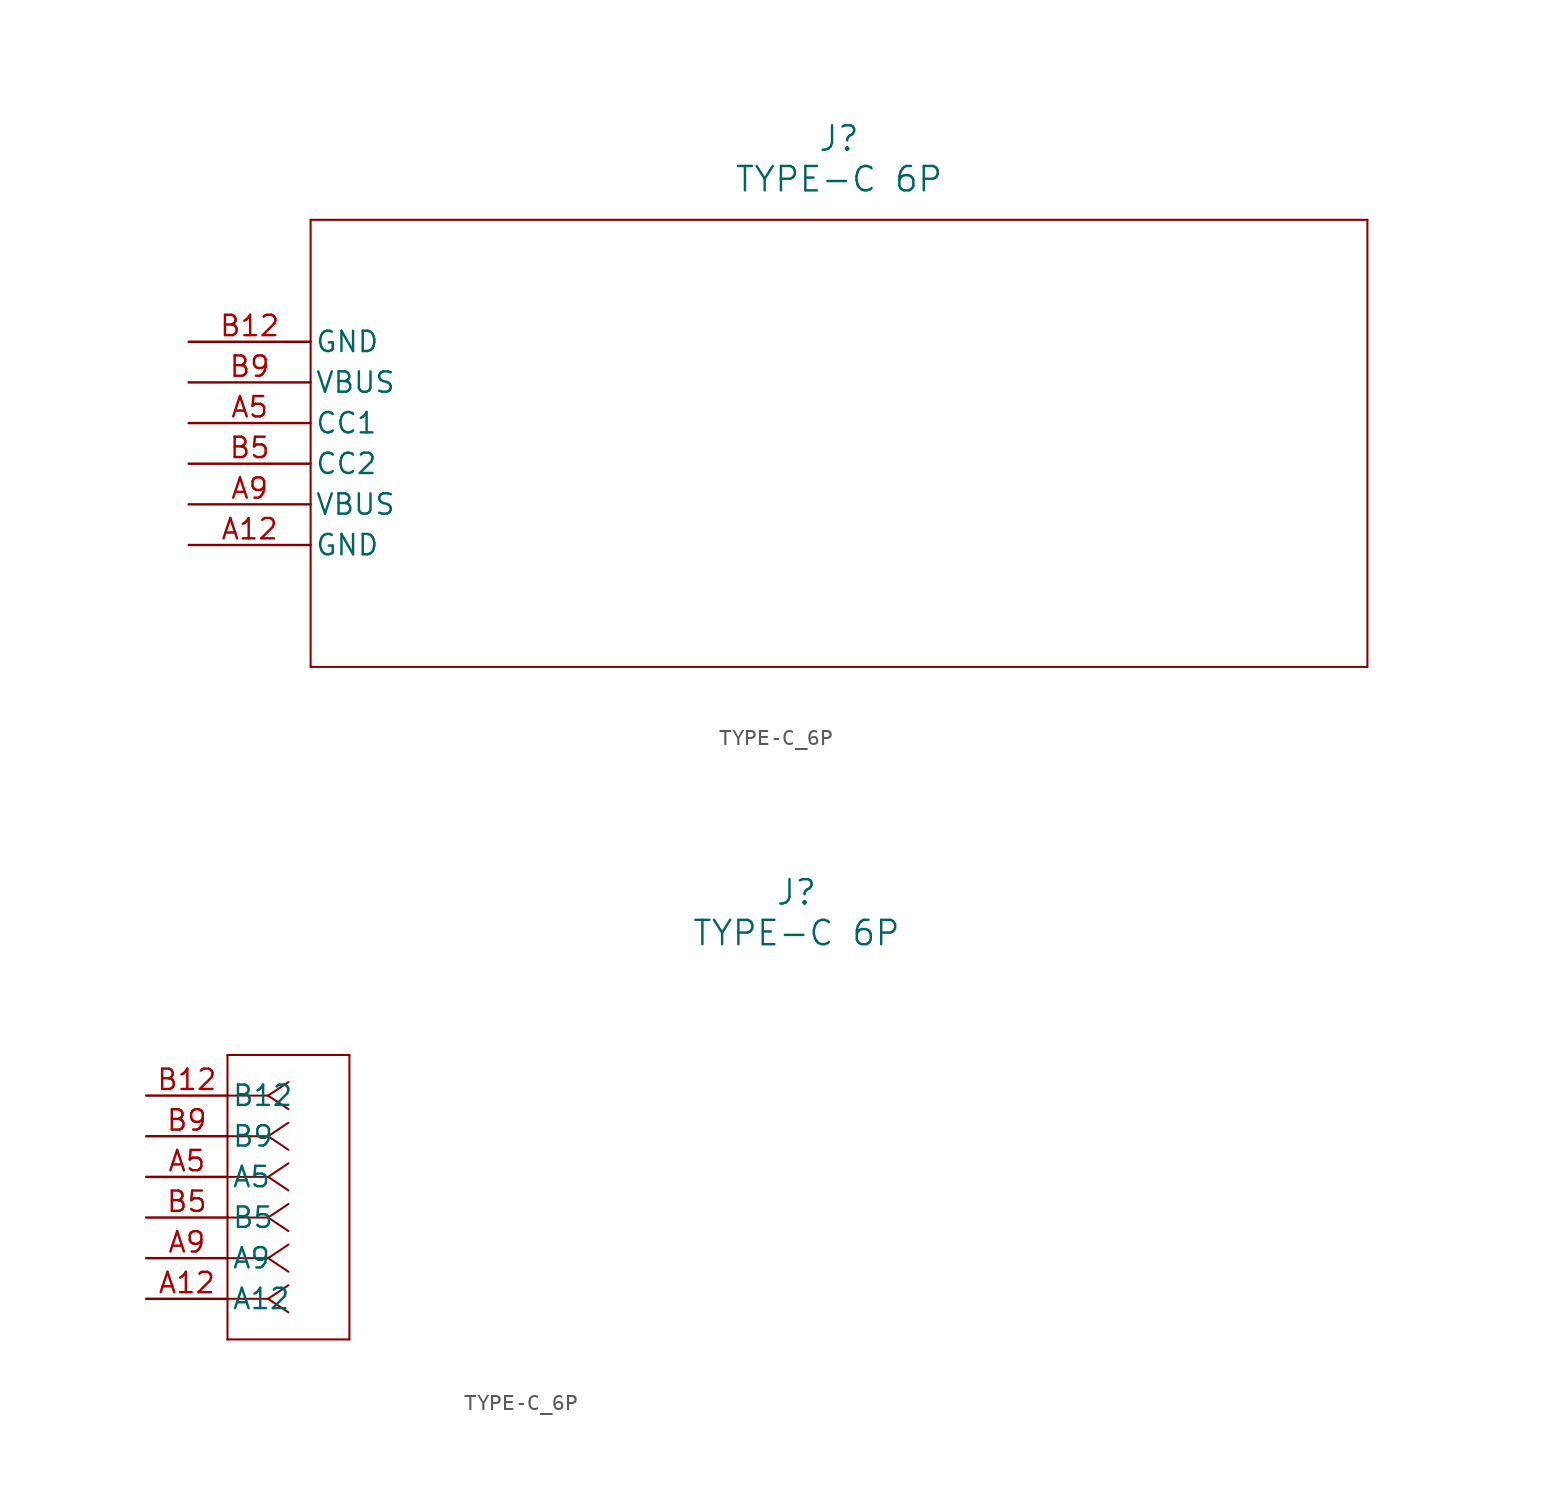
<source format=kicad_sym>
(kicad_symbol_lib
  (version 20211014)
  (generator kicad_symbol_editor)
  (symbol "TYPE-C_6P"
    (pin_names
      (offset 0.254))
    (property "Reference" "J"
      (at 40.64 12.7 0)
      (effects (font (size 1.524 1.524))))
    (property "Value" "TYPE-C 6P"
      (at 40.64 10.16 0)
      (effects (font (size 1.524 1.524))))
    (symbol "TYPE-C_6P_1_1"
      (polyline (pts (xy 7.62 7.62) (xy 7.62 -20.32)) (stroke (width 0.127) (type default) (color 0 0 0 0)) (fill (type none)))
      (polyline (pts (xy 7.62 -20.32) (xy 73.66 -20.32)) (stroke (width 0.127) (type default) (color 0 0 0 0)) (fill (type none)))
      (polyline (pts (xy 73.66 -20.32) (xy 73.66 7.62)) (stroke (width 0.127) (type default) (color 0 0 0 0)) (fill (type none)))
      (polyline (pts (xy 73.66 7.62) (xy 7.62 7.62)) (stroke (width 0.127) (type default) (color 0 0 0 0)) (fill (type none)))
      (pin power_out line (at 0 0 0) (length 7.62) (name "GND" (effects (font (size 1.27 1.27)))) (number "B12" (effects (font (size 1.27 1.27)))))
      (pin power_in line (at 0 -2.54 0) (length 7.62) (name "VBUS" (effects (font (size 1.27 1.27)))) (number "B9" (effects (font (size 1.27 1.27)))))
      (pin bidirectional line (at 0 -5.08 0) (length 7.62) (name "CC1" (effects (font (size 1.27 1.27)))) (number "A5" (effects (font (size 1.27 1.27)))))
      (pin bidirectional line (at 0 -7.62 0) (length 7.62) (name "CC2" (effects (font (size 1.27 1.27)))) (number "B5" (effects (font (size 1.27 1.27)))))
      (pin power_in line (at 0 -10.16 0) (length 7.62) (name "VBUS" (effects (font (size 1.27 1.27)))) (number "A9" (effects (font (size 1.27 1.27)))))
      (pin power_out line (at 0 -12.7 0) (length 7.62) (name "GND" (effects (font (size 1.27 1.27)))) (number "A12" (effects (font (size 1.27 1.27))))))
    (symbol "TYPE-C_6P_1_2"
      (polyline (pts (xy 7.62 0) (xy 5.08 0)) (stroke (width 0.127) (type default) (color 0 0 0 0)) (fill (type none)))
      (polyline (pts (xy 7.62 -2.54) (xy 5.08 -2.54)) (stroke (width 0.127) (type default) (color 0 0 0 0)) (fill (type none)))
      (polyline (pts (xy 7.62 -5.08) (xy 5.08 -5.08)) (stroke (width 0.127) (type default) (color 0 0 0 0)) (fill (type none)))
      (polyline (pts (xy 7.62 -7.62) (xy 5.08 -7.62)) (stroke (width 0.127) (type default) (color 0 0 0 0)) (fill (type none)))
      (polyline (pts (xy 7.62 -10.16) (xy 5.08 -10.16)) (stroke (width 0.127) (type default) (color 0 0 0 0)) (fill (type none)))
      (polyline (pts (xy 7.62 -12.7) (xy 5.08 -12.7)) (stroke (width 0.127) (type default) (color 0 0 0 0)) (fill (type none)))
      (polyline (pts (xy 7.62 0) (xy 8.89 0.847)) (stroke (width 0.127) (type default) (color 0 0 0 0)) (fill (type none)))
      (polyline (pts (xy 7.62 -2.54) (xy 8.89 -1.693)) (stroke (width 0.127) (type default) (color 0 0 0 0)) (fill (type none)))
      (polyline (pts (xy 7.62 -5.08) (xy 8.89 -4.233)) (stroke (width 0.127) (type default) (color 0 0 0 0)) (fill (type none)))
      (polyline (pts (xy 7.62 -7.62) (xy 8.89 -6.773)) (stroke (width 0.127) (type default) (color 0 0 0 0)) (fill (type none)))
      (polyline (pts (xy 7.62 -10.16) (xy 8.89 -9.313)) (stroke (width 0.127) (type default) (color 0 0 0 0)) (fill (type none)))
      (polyline (pts (xy 7.62 -12.7) (xy 8.89 -11.853)) (stroke (width 0.127) (type default) (color 0 0 0 0)) (fill (type none)))
      (polyline (pts (xy 7.62 0) (xy 8.89 -0.847)) (stroke (width 0.127) (type default) (color 0 0 0 0)) (fill (type none)))
      (polyline (pts (xy 7.62 -2.54) (xy 8.89 -3.387)) (stroke (width 0.127) (type default) (color 0 0 0 0)) (fill (type none)))
      (polyline (pts (xy 7.62 -5.08) (xy 8.89 -5.927)) (stroke (width 0.127) (type default) (color 0 0 0 0)) (fill (type none)))
      (polyline (pts (xy 7.62 -7.62) (xy 8.89 -8.467)) (stroke (width 0.127) (type default) (color 0 0 0 0)) (fill (type none)))
      (polyline (pts (xy 7.62 -10.16) (xy 8.89 -11.007)) (stroke (width 0.127) (type default) (color 0 0 0 0)) (fill (type none)))
      (polyline (pts (xy 7.62 -12.7) (xy 8.89 -13.547)) (stroke (width 0.127) (type default) (color 0 0 0 0)) (fill (type none)))
      (polyline (pts (xy 5.08 2.54) (xy 5.08 -15.24)) (stroke (width 0.127) (type default) (color 0 0 0 0)) (fill (type none)))
      (polyline (pts (xy 5.08 -15.24) (xy 12.7 -15.24)) (stroke (width 0.127) (type default) (color 0 0 0 0)) (fill (type none)))
      (polyline (pts (xy 12.7 -15.24) (xy 12.7 2.54)) (stroke (width 0.127) (type default) (color 0 0 0 0)) (fill (type none)))
      (polyline (pts (xy 12.7 2.54) (xy 5.08 2.54)) (stroke (width 0.127) (type default) (color 0 0 0 0)) (fill (type none)))
      (pin power_out line (at 0 0 0) (length 5.08) (name "B12" (effects (font (size 1.27 1.27)))) (number "B12" (effects (font (size 1.27 1.27)))))
      (pin power_in line (at 0 -2.54 0) (length 5.08) (name "B9" (effects (font (size 1.27 1.27)))) (number "B9" (effects (font (size 1.27 1.27)))))
      (pin bidirectional line (at 0 -5.08 0) (length 5.08) (name "A5" (effects (font (size 1.27 1.27)))) (number "A5" (effects (font (size 1.27 1.27)))))
      (pin bidirectional line (at 0 -7.62 0) (length 5.08) (name "B5" (effects (font (size 1.27 1.27)))) (number "B5" (effects (font (size 1.27 1.27)))))
      (pin power_in line (at 0 -10.16 0) (length 5.08) (name "A9" (effects (font (size 1.27 1.27)))) (number "A9" (effects (font (size 1.27 1.27)))))
      (pin power_out line (at 0 -12.7 0) (length 5.08) (name "A12" (effects (font (size 1.27 1.27)))) (number "A12" (effects (font (size 1.27 1.27))))))))
</source>
